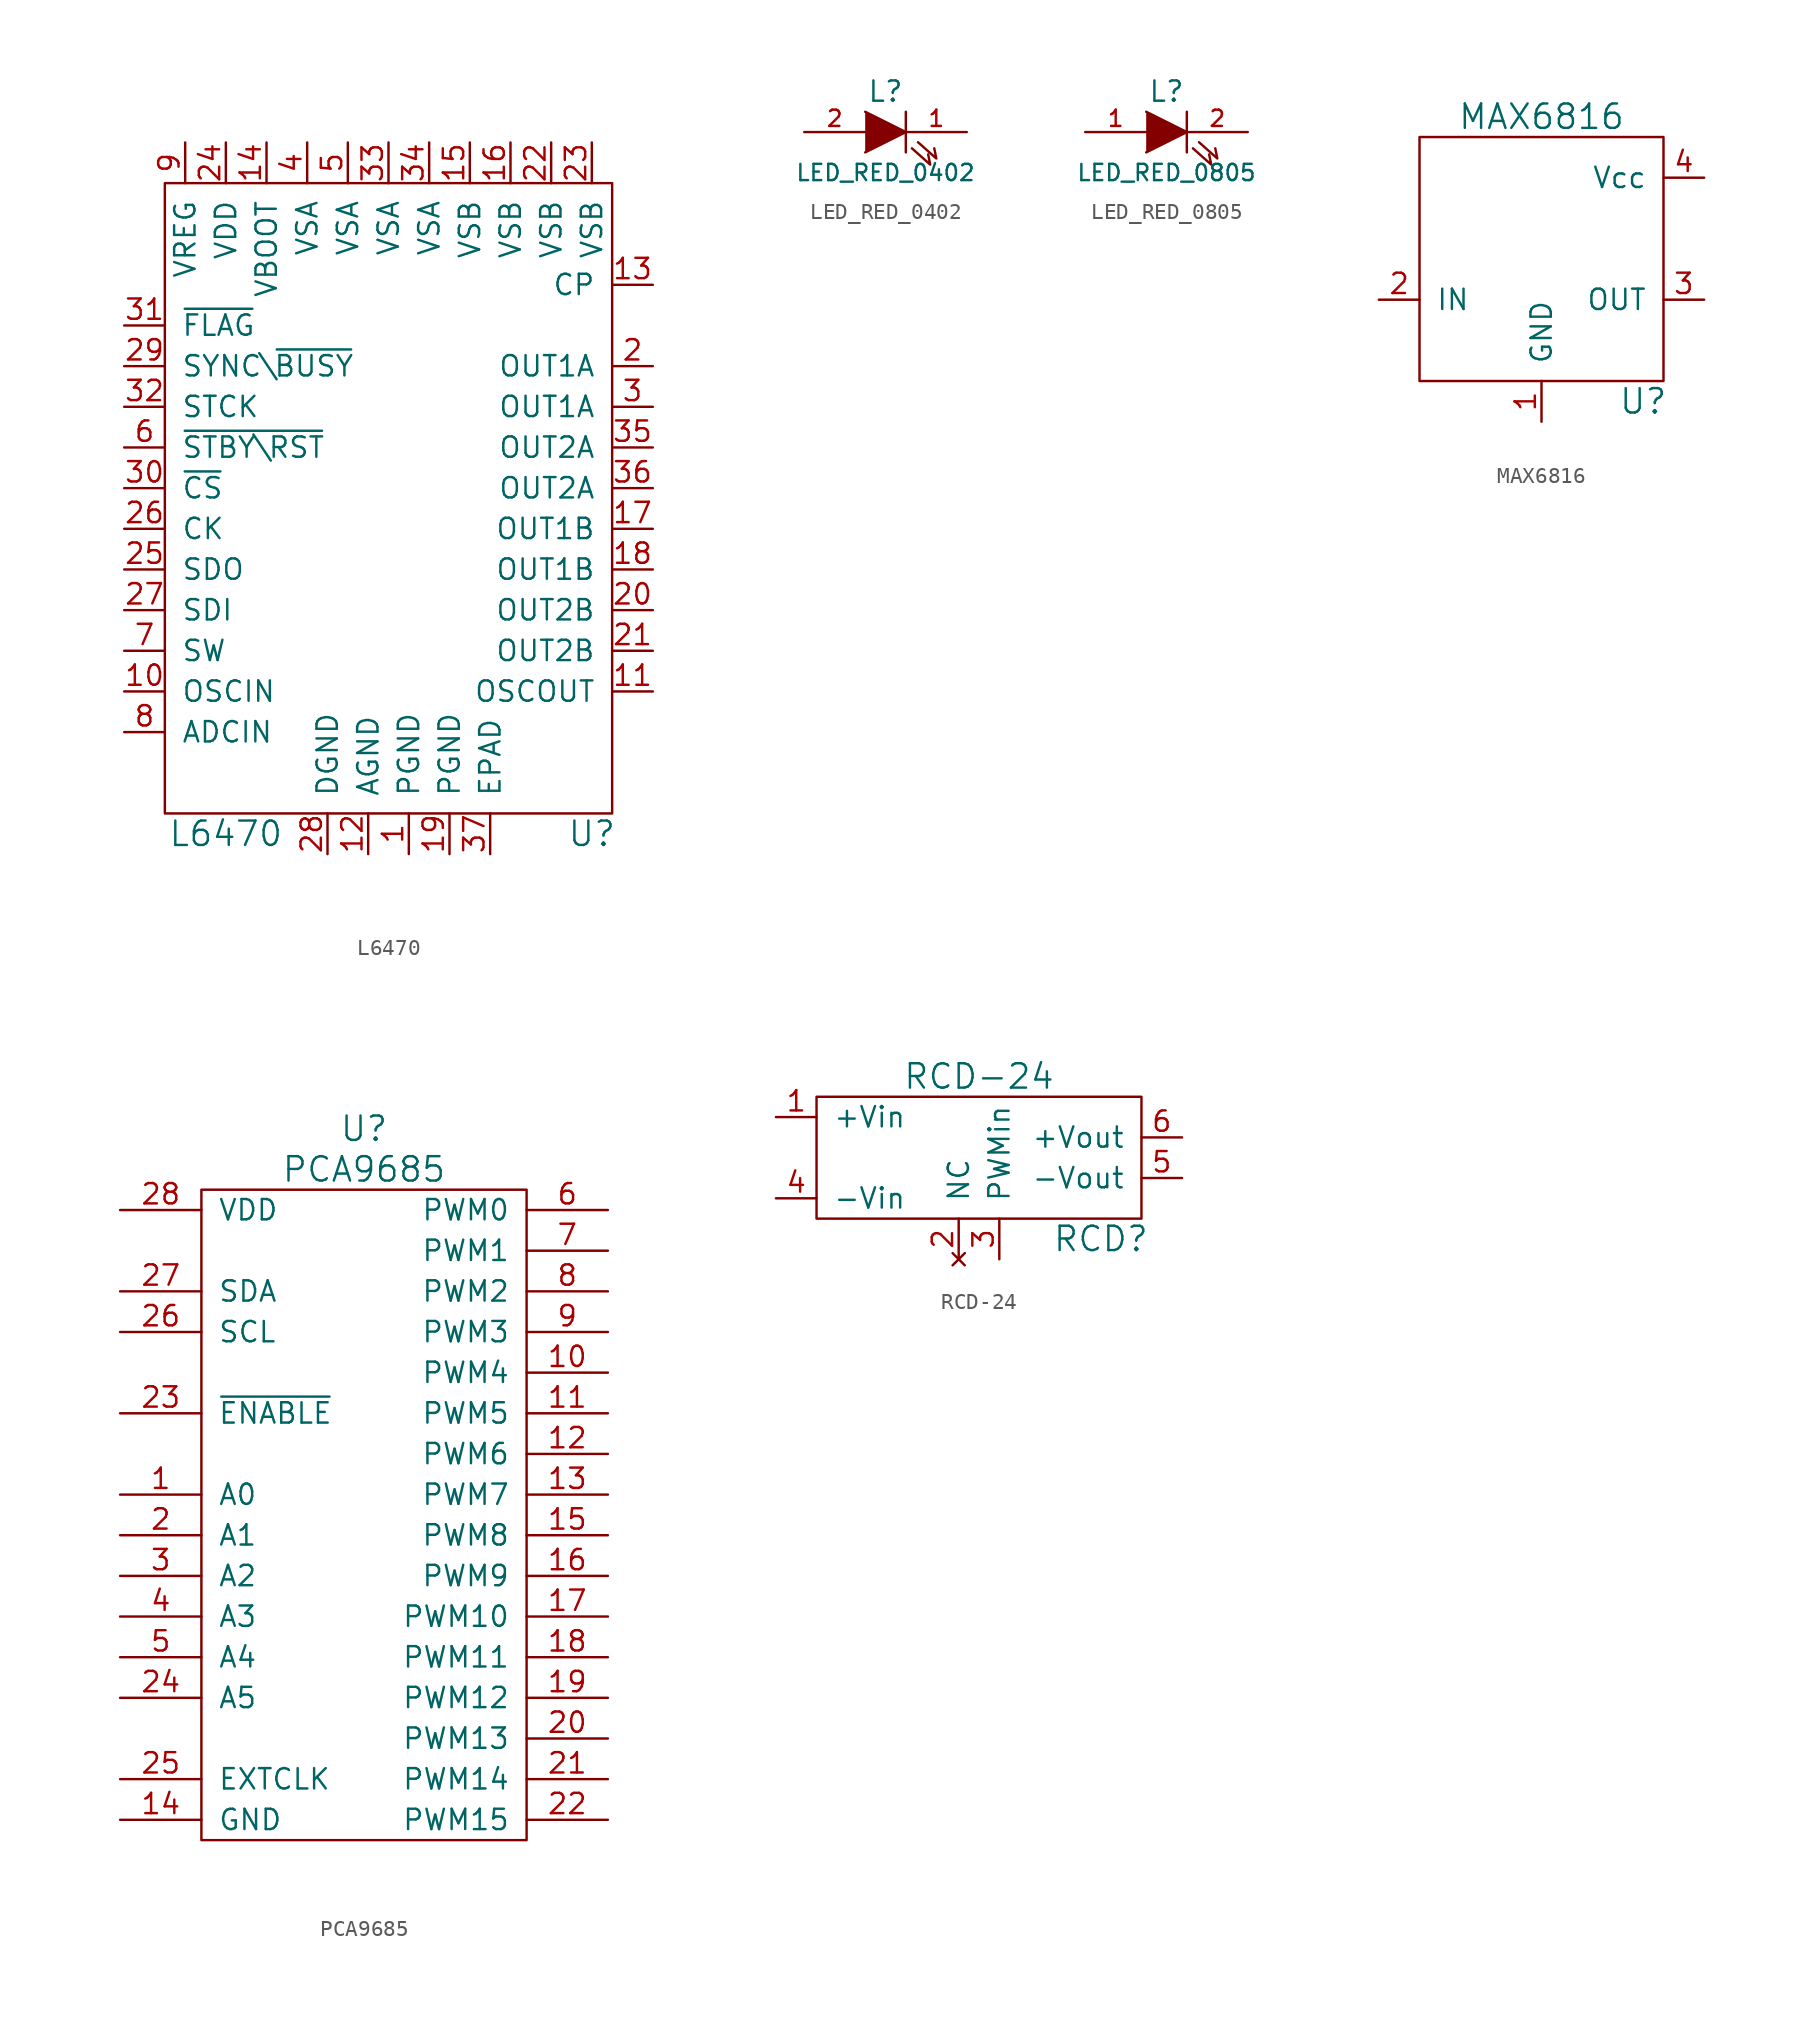
<source format=kicad_sym>
(kicad_symbol_lib
  (version 20211014)
  (generator kicad_symbol_editor)
  (symbol "L6470"
    (pin_names
      (offset 1.016))
    (property "Reference" "U"
      (at 12.7 -22.86 0)
      (effects (font (size 1.524 1.524))))
    (property "Value" "L6470"
      (at -10.16 -22.86 0)
      (effects (font (size 1.524 1.524))))
    (property "Datasheet" ""
      (at 10.16 12.7 0)
      (effects (font (size 1.524 1.524))))
    (symbol "L6470_0_1"
      (rectangle (start -13.97 17.78) (end 13.97 -21.59) (stroke (width 0) (type default) (color 0 0 0 0)) (fill (type none))))
    (symbol "L6470_1_1"
      (pin power_in line (at 1.27 -24.13 90) (length 2.54) (name "PGND" (effects (font (size 1.27 1.27)))) (number "1" (effects (font (size 1.27 1.27)))))
      (pin passive line (at -16.51 -13.97 0) (length 2.54) (name "OSCIN" (effects (font (size 1.27 1.27)))) (number "10" (effects (font (size 1.27 1.27)))))
      (pin bidirectional line (at 16.51 -13.97 180) (length 2.54) (name "OSCOUT" (effects (font (size 1.27 1.27)))) (number "11" (effects (font (size 1.27 1.27)))))
      (pin power_in line (at -1.27 -24.13 90) (length 2.54) (name "AGND" (effects (font (size 1.27 1.27)))) (number "12" (effects (font (size 1.27 1.27)))))
      (pin passive line (at 16.51 11.43 180) (length 2.54) (name "CP" (effects (font (size 1.27 1.27)))) (number "13" (effects (font (size 1.27 1.27)))))
      (pin power_in line (at -7.62 20.32 270) (length 2.54) (name "VBOOT" (effects (font (size 1.27 1.27)))) (number "14" (effects (font (size 1.27 1.27)))))
      (pin power_in line (at 5.08 20.32 270) (length 2.54) (name "VSB" (effects (font (size 1.27 1.27)))) (number "15" (effects (font (size 1.27 1.27)))))
      (pin power_in line (at 7.62 20.32 270) (length 2.54) (name "VSB" (effects (font (size 1.27 1.27)))) (number "16" (effects (font (size 1.27 1.27)))))
      (pin bidirectional line (at 16.51 -3.81 180) (length 2.54) (name "OUT1B" (effects (font (size 1.27 1.27)))) (number "17" (effects (font (size 1.27 1.27)))))
      (pin bidirectional line (at 16.51 -6.35 180) (length 2.54) (name "OUT1B" (effects (font (size 1.27 1.27)))) (number "18" (effects (font (size 1.27 1.27)))))
      (pin power_in line (at 3.81 -24.13 90) (length 2.54) (name "PGND" (effects (font (size 1.27 1.27)))) (number "19" (effects (font (size 1.27 1.27)))))
      (pin bidirectional line (at 16.51 6.35 180) (length 2.54) (name "OUT1A" (effects (font (size 1.27 1.27)))) (number "2" (effects (font (size 1.27 1.27)))))
      (pin bidirectional line (at 16.51 -8.89 180) (length 2.54) (name "OUT2B" (effects (font (size 1.27 1.27)))) (number "20" (effects (font (size 1.27 1.27)))))
      (pin bidirectional line (at 16.51 -11.43 180) (length 2.54) (name "OUT2B" (effects (font (size 1.27 1.27)))) (number "21" (effects (font (size 1.27 1.27)))))
      (pin power_in line (at 10.16 20.32 270) (length 2.54) (name "VSB" (effects (font (size 1.27 1.27)))) (number "22" (effects (font (size 1.27 1.27)))))
      (pin power_in line (at 12.7 20.32 270) (length 2.54) (name "VSB" (effects (font (size 1.27 1.27)))) (number "23" (effects (font (size 1.27 1.27)))))
      (pin power_in line (at -10.16 20.32 270) (length 2.54) (name "VDD" (effects (font (size 1.27 1.27)))) (number "24" (effects (font (size 1.27 1.27)))))
      (pin bidirectional line (at -16.51 -6.35 0) (length 2.54) (name "SDO" (effects (font (size 1.27 1.27)))) (number "25" (effects (font (size 1.27 1.27)))))
      (pin bidirectional line (at -16.51 -3.81 0) (length 2.54) (name "CK" (effects (font (size 1.27 1.27)))) (number "26" (effects (font (size 1.27 1.27)))))
      (pin bidirectional line (at -16.51 -8.89 0) (length 2.54) (name "SDI" (effects (font (size 1.27 1.27)))) (number "27" (effects (font (size 1.27 1.27)))))
      (pin power_in line (at -3.81 -24.13 90) (length 2.54) (name "DGND" (effects (font (size 1.27 1.27)))) (number "28" (effects (font (size 1.27 1.27)))))
      (pin passive line (at -16.51 6.35 0) (length 2.54) (name "SYNC\\~{BUSY}" (effects (font (size 1.27 1.27)))) (number "29" (effects (font (size 1.27 1.27)))))
      (pin bidirectional line (at 16.51 3.81 180) (length 2.54) (name "OUT1A" (effects (font (size 1.27 1.27)))) (number "3" (effects (font (size 1.27 1.27)))))
      (pin bidirectional line (at -16.51 -1.27 0) (length 2.54) (name "~{CS}" (effects (font (size 1.27 1.27)))) (number "30" (effects (font (size 1.27 1.27)))))
      (pin passive line (at -16.51 8.89 0) (length 2.54) (name "~{FLAG}" (effects (font (size 1.27 1.27)))) (number "31" (effects (font (size 1.27 1.27)))))
      (pin passive line (at -16.51 3.81 0) (length 2.54) (name "STCK" (effects (font (size 1.27 1.27)))) (number "32" (effects (font (size 1.27 1.27)))))
      (pin power_in line (at 0 20.32 270) (length 2.54) (name "VSA" (effects (font (size 1.27 1.27)))) (number "33" (effects (font (size 1.27 1.27)))))
      (pin power_in line (at 2.54 20.32 270) (length 2.54) (name "VSA" (effects (font (size 1.27 1.27)))) (number "34" (effects (font (size 1.27 1.27)))))
      (pin bidirectional line (at 16.51 1.27 180) (length 2.54) (name "OUT2A" (effects (font (size 1.27 1.27)))) (number "35" (effects (font (size 1.27 1.27)))))
      (pin bidirectional line (at 16.51 -1.27 180) (length 2.54) (name "OUT2A" (effects (font (size 1.27 1.27)))) (number "36" (effects (font (size 1.27 1.27)))))
      (pin power_in line (at 6.35 -24.13 90) (length 2.54) (name "EPAD" (effects (font (size 1.27 1.27)))) (number "37" (effects (font (size 1.27 1.27)))))
      (pin power_in line (at -5.08 20.32 270) (length 2.54) (name "VSA" (effects (font (size 1.27 1.27)))) (number "4" (effects (font (size 1.27 1.27)))))
      (pin power_in line (at -2.54 20.32 270) (length 2.54) (name "VSA" (effects (font (size 1.27 1.27)))) (number "5" (effects (font (size 1.27 1.27)))))
      (pin bidirectional line (at -16.51 1.27 0) (length 2.54) (name "~{STBY\\RST}" (effects (font (size 1.27 1.27)))) (number "6" (effects (font (size 1.27 1.27)))))
      (pin passive line (at -16.51 -11.43 0) (length 2.54) (name "SW" (effects (font (size 1.27 1.27)))) (number "7" (effects (font (size 1.27 1.27)))))
      (pin passive line (at -16.51 -16.51 0) (length 2.54) (name "ADCIN" (effects (font (size 1.27 1.27)))) (number "8" (effects (font (size 1.27 1.27)))))
      (pin power_in line (at -12.7 20.32 270) (length 2.54) (name "VREG" (effects (font (size 1.27 1.27)))) (number "9" (effects (font (size 1.27 1.27)))))))
  (symbol "LED_RED_0402"
    (pin_names
      (offset 1.016) hide)
    (property "Reference" "L"
      (at 0 2.54 0)
      (effects (font (size 1.27 1.27))))
    (property "Value" "LED_RED_0402"
      (at 0 -2.54 0)
      (effects (font (size 1.016 1.016))))
    (property "Datasheet" ""
      (at 0 0 0)
      (effects (font (size 1.524 1.524))))
    (symbol "LED_RED_0402_0_1"
      (polyline (pts (xy 1.27 1.27) (xy 1.27 -1.27)) (stroke (width 0) (type default) (color 0 0 0 0)) (fill (type none)))
      (polyline (pts (xy -1.27 1.27) (xy 1.27 0) (xy -1.27 -1.27)) (stroke (width 0) (type default) (color 0 0 0 0)) (fill (type outline)))
      (polyline (pts (xy 1.651 -1.016) (xy 2.794 -2.032) (xy 2.667 -1.397)) (stroke (width 0) (type default) (color 0 0 0 0)) (fill (type none)))
      (polyline (pts (xy 2.032 -0.635) (xy 3.175 -1.651) (xy 3.048 -1.016)) (stroke (width 0) (type default) (color 0 0 0 0)) (fill (type none))))
    (symbol "LED_RED_0402_1_1"
      (pin passive line (at 5.08 0 180) (length 3.81) (name "C" (effects (font (size 1.016 1.016)))) (number "1" (effects (font (size 1.016 1.016)))))
      (pin passive line (at -5.08 0 0) (length 3.81) (name "A" (effects (font (size 1.016 1.016)))) (number "2" (effects (font (size 1.016 1.016)))))))
  (symbol "LED_RED_0805"
    (pin_names
      (offset 1.016) hide)
    (property "Reference" "L"
      (at 0 2.54 0)
      (effects (font (size 1.27 1.27))))
    (property "Value" "LED_RED_0805"
      (at 0 -2.54 0)
      (effects (font (size 1.016 1.016))))
    (property "Datasheet" ""
      (at 0 0 0)
      (effects (font (size 1.524 1.524))))
    (symbol "LED_RED_0805_0_1"
      (polyline (pts (xy 1.27 1.27) (xy 1.27 -1.27)) (stroke (width 0) (type default) (color 0 0 0 0)) (fill (type none)))
      (polyline (pts (xy -1.27 1.27) (xy 1.27 0) (xy -1.27 -1.27)) (stroke (width 0) (type default) (color 0 0 0 0)) (fill (type outline)))
      (polyline (pts (xy 1.651 -1.016) (xy 2.794 -2.032) (xy 2.667 -1.397)) (stroke (width 0) (type default) (color 0 0 0 0)) (fill (type none)))
      (polyline (pts (xy 2.032 -0.635) (xy 3.175 -1.651) (xy 3.048 -1.016)) (stroke (width 0) (type default) (color 0 0 0 0)) (fill (type none))))
    (symbol "LED_RED_0805_1_1"
      (pin passive line (at -5.08 0 0) (length 3.81) (name "A" (effects (font (size 1.016 1.016)))) (number "1" (effects (font (size 1.016 1.016)))))
      (pin passive line (at 5.08 0 180) (length 3.81) (name "K" (effects (font (size 1.016 1.016)))) (number "2" (effects (font (size 1.016 1.016)))))))
  (symbol "MAX6816"
    (pin_names
      (offset 1.016))
    (property "Reference" "U"
      (at 6.35 -6.35 0)
      (effects (font (size 1.524 1.524))))
    (property "Value" "MAX6816"
      (at 0 11.43 0)
      (effects (font (size 1.524 1.524))))
    (property "Footprint" ""
      (at 0 0 0)
      (effects (font (size 1.524 1.524))))
    (property "Datasheet" ""
      (at 0 0 0)
      (effects (font (size 1.524 1.524))))
    (symbol "MAX6816_0_1"
      (rectangle (start 7.62 -5.08) (end -7.62 10.16) (stroke (width 0) (type default) (color 0 0 0 0)) (fill (type none))))
    (symbol "MAX6816_1_1"
      (pin power_in line (at 0 -7.62 90) (length 2.54) (name "GND" (effects (font (size 1.27 1.27)))) (number "1" (effects (font (size 1.27 1.27)))))
      (pin input line (at -10.16 0 0) (length 2.54) (name "IN" (effects (font (size 1.27 1.27)))) (number "2" (effects (font (size 1.27 1.27)))))
      (pin output line (at 10.16 0 180) (length 2.54) (name "OUT" (effects (font (size 1.27 1.27)))) (number "3" (effects (font (size 1.27 1.27)))))
      (pin power_in line (at 10.16 7.62 180) (length 2.54) (name "Vcc" (effects (font (size 1.27 1.27)))) (number "4" (effects (font (size 1.27 1.27)))))))
  (symbol "PCA9685"
    (pin_names
      (offset 1.016))
    (property "Reference" "U"
      (at 0 24.13 0)
      (effects (font (size 1.524 1.524))))
    (property "Value" "PCA9685"
      (at 0 21.59 0)
      (effects (font (size 1.524 1.524))))
    (symbol "PCA9685_0_1"
      (rectangle (start -10.16 20.32) (end 10.16 -20.32) (stroke (width 0) (type default) (color 0 0 0 0)) (fill (type none))))
    (symbol "PCA9685_1_1"
      (pin passive line (at -15.24 1.27 0) (length 5.08) (name "A0" (effects (font (size 1.27 1.27)))) (number "1" (effects (font (size 1.27 1.27)))))
      (pin output line (at 15.24 8.89 180) (length 5.08) (name "PWM4" (effects (font (size 1.27 1.27)))) (number "10" (effects (font (size 1.27 1.27)))))
      (pin output line (at 15.24 6.35 180) (length 5.08) (name "PWM5" (effects (font (size 1.27 1.27)))) (number "11" (effects (font (size 1.27 1.27)))))
      (pin output line (at 15.24 3.81 180) (length 5.08) (name "PWM6" (effects (font (size 1.27 1.27)))) (number "12" (effects (font (size 1.27 1.27)))))
      (pin output line (at 15.24 1.27 180) (length 5.08) (name "PWM7" (effects (font (size 1.27 1.27)))) (number "13" (effects (font (size 1.27 1.27)))))
      (pin power_in line (at -15.24 -19.05 0) (length 5.08) (name "GND" (effects (font (size 1.27 1.27)))) (number "14" (effects (font (size 1.27 1.27)))))
      (pin output line (at 15.24 -1.27 180) (length 5.08) (name "PWM8" (effects (font (size 1.27 1.27)))) (number "15" (effects (font (size 1.27 1.27)))))
      (pin output line (at 15.24 -3.81 180) (length 5.08) (name "PWM9" (effects (font (size 1.27 1.27)))) (number "16" (effects (font (size 1.27 1.27)))))
      (pin output line (at 15.24 -6.35 180) (length 5.08) (name "PWM10" (effects (font (size 1.27 1.27)))) (number "17" (effects (font (size 1.27 1.27)))))
      (pin output line (at 15.24 -8.89 180) (length 5.08) (name "PWM11" (effects (font (size 1.27 1.27)))) (number "18" (effects (font (size 1.27 1.27)))))
      (pin output line (at 15.24 -11.43 180) (length 5.08) (name "PWM12" (effects (font (size 1.27 1.27)))) (number "19" (effects (font (size 1.27 1.27)))))
      (pin passive line (at -15.24 -1.27 0) (length 5.08) (name "A1" (effects (font (size 1.27 1.27)))) (number "2" (effects (font (size 1.27 1.27)))))
      (pin output line (at 15.24 -13.97 180) (length 5.08) (name "PWM13" (effects (font (size 1.27 1.27)))) (number "20" (effects (font (size 1.27 1.27)))))
      (pin output line (at 15.24 -16.51 180) (length 5.08) (name "PWM14" (effects (font (size 1.27 1.27)))) (number "21" (effects (font (size 1.27 1.27)))))
      (pin output line (at 15.24 -19.05 180) (length 5.08) (name "PWM15" (effects (font (size 1.27 1.27)))) (number "22" (effects (font (size 1.27 1.27)))))
      (pin passive line (at -15.24 6.35 0) (length 5.08) (name "~{ENABLE}" (effects (font (size 1.27 1.27)))) (number "23" (effects (font (size 1.27 1.27)))))
      (pin passive line (at -15.24 -11.43 0) (length 5.08) (name "A5" (effects (font (size 1.27 1.27)))) (number "24" (effects (font (size 1.27 1.27)))))
      (pin passive line (at -15.24 -16.51 0) (length 5.08) (name "EXTCLK" (effects (font (size 1.27 1.27)))) (number "25" (effects (font (size 1.27 1.27)))))
      (pin passive line (at -15.24 11.43 0) (length 5.08) (name "SCL" (effects (font (size 1.27 1.27)))) (number "26" (effects (font (size 1.27 1.27)))))
      (pin passive line (at -15.24 13.97 0) (length 5.08) (name "SDA" (effects (font (size 1.27 1.27)))) (number "27" (effects (font (size 1.27 1.27)))))
      (pin power_in line (at -15.24 19.05 0) (length 5.08) (name "VDD" (effects (font (size 1.27 1.27)))) (number "28" (effects (font (size 1.27 1.27)))))
      (pin passive line (at -15.24 -3.81 0) (length 5.08) (name "A2" (effects (font (size 1.27 1.27)))) (number "3" (effects (font (size 1.27 1.27)))))
      (pin passive line (at -15.24 -6.35 0) (length 5.08) (name "A3" (effects (font (size 1.27 1.27)))) (number "4" (effects (font (size 1.27 1.27)))))
      (pin passive line (at -15.24 -8.89 0) (length 5.08) (name "A4" (effects (font (size 1.27 1.27)))) (number "5" (effects (font (size 1.27 1.27)))))
      (pin output line (at 15.24 19.05 180) (length 5.08) (name "PWM0" (effects (font (size 1.27 1.27)))) (number "6" (effects (font (size 1.27 1.27)))))
      (pin output line (at 15.24 16.51 180) (length 5.08) (name "PWM1" (effects (font (size 1.27 1.27)))) (number "7" (effects (font (size 1.27 1.27)))))
      (pin output line (at 15.24 13.97 180) (length 5.08) (name "PWM2" (effects (font (size 1.27 1.27)))) (number "8" (effects (font (size 1.27 1.27)))))
      (pin output line (at 15.24 11.43 180) (length 5.08) (name "PWM3" (effects (font (size 1.27 1.27)))) (number "9" (effects (font (size 1.27 1.27)))))))
  (symbol "RCD-24"
    (pin_names
      (offset 1.016))
    (property "Reference" "RCD"
      (at 7.62 -5.08 0)
      (effects (font (size 1.524 1.524))))
    (property "Value" "RCD-24"
      (at 0 5.08 0)
      (effects (font (size 1.524 1.524))))
    (property "Datasheet" ""
      (at 7.62 -5.08 0)
      (effects (font (size 1.524 1.524))))
    (symbol "RCD-24_0_1"
      (rectangle (start -10.16 -3.81) (end 10.16 3.81) (stroke (width 0) (type default) (color 0 0 0 0)) (fill (type none))))
    (symbol "RCD-24_1_1"
      (pin power_in line (at -12.7 2.54 0) (length 2.54) (name "+Vin" (effects (font (size 1.27 1.27)))) (number "1" (effects (font (size 1.27 1.27)))))
      (pin no_connect line (at -1.27 -6.35 90) (length 2.54) (name "NC" (effects (font (size 1.27 1.27)))) (number "2" (effects (font (size 1.27 1.27)))))
      (pin input line (at 1.27 -6.35 90) (length 2.54) (name "PWMin" (effects (font (size 1.27 1.27)))) (number "3" (effects (font (size 1.27 1.27)))))
      (pin power_in line (at -12.7 -2.54 0) (length 2.54) (name "-Vin" (effects (font (size 1.27 1.27)))) (number "4" (effects (font (size 1.27 1.27)))))
      (pin power_out line (at 12.7 -1.27 180) (length 2.54) (name "-Vout" (effects (font (size 1.27 1.27)))) (number "5" (effects (font (size 1.27 1.27)))))
      (pin power_out line (at 12.7 1.27 180) (length 2.54) (name "+Vout" (effects (font (size 1.27 1.27)))) (number "6" (effects (font (size 1.27 1.27))))))))
</source>
